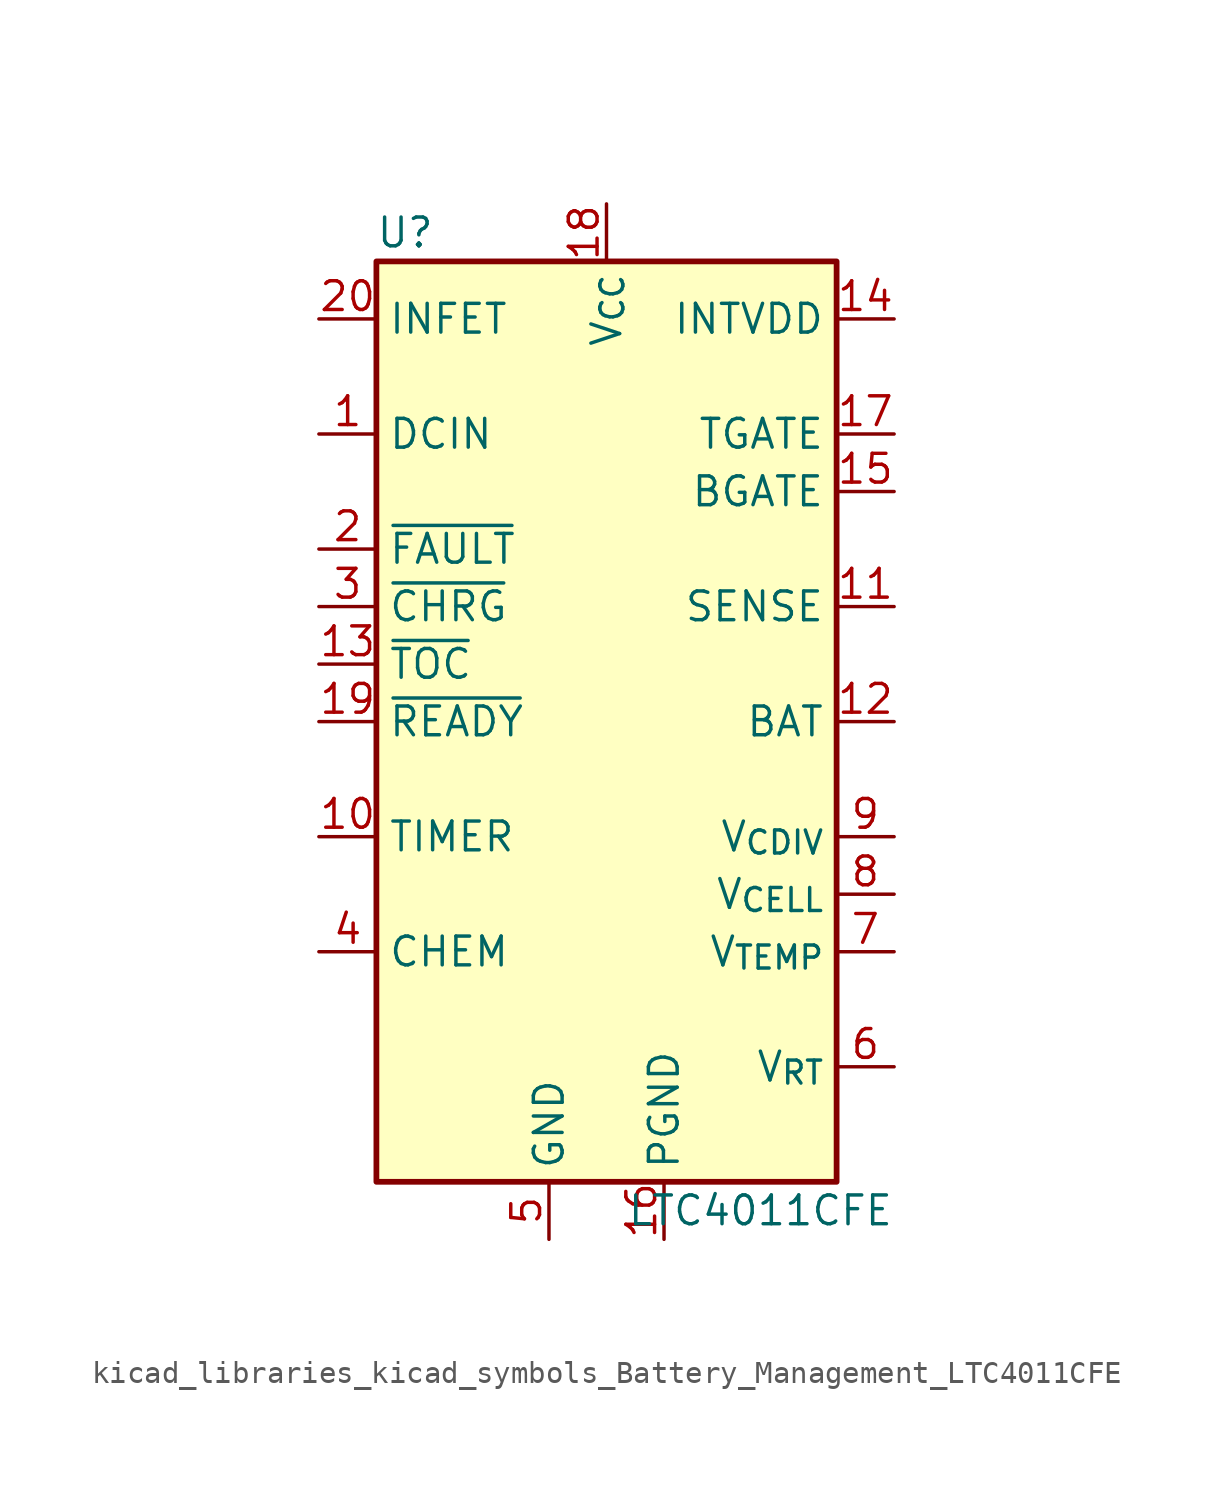
<source format=kicad_sym>
(kicad_symbol_lib
  (version 20220914)
  (generator kicad_symbol_editor)
  (symbol "kicad_libraries_kicad_symbols_Battery_Management_LTC4011CFE"
    (property "Reference" "U"
      (at -8.89 21.59 0)
      (effects (font (size 1.27 1.27))))
    (property "Value" "LTC4011CFE"
      (at 12.7 -21.59 0)
      (effects (font (size 1.27 1.27)) (justify right)))
    (symbol "kicad_libraries_kicad_symbols_Battery_Management_LTC4011CFE_0_1"
      (rectangle (start -10.16 20.32) (end 10.16 -20.32) (stroke (width 0.254) (type default)) (fill (type background))))
    (symbol "kicad_libraries_kicad_symbols_Battery_Management_LTC4011CFE_1_1"
      (pin input line (at -12.7 12.7 0) (length 2.54) (name "DCIN" (effects (font (size 1.27 1.27)))) (number "1" (effects (font (size 1.27 1.27)))))
      (pin passive line (at -12.7 -5.08 0) (length 2.54) (name "TIMER" (effects (font (size 1.27 1.27)))) (number "10" (effects (font (size 1.27 1.27)))))
      (pin input line (at 12.7 5.08 180) (length 2.54) (name "SENSE" (effects (font (size 1.27 1.27)))) (number "11" (effects (font (size 1.27 1.27)))))
      (pin power_out line (at 12.7 0 180) (length 2.54) (name "BAT" (effects (font (size 1.27 1.27)))) (number "12" (effects (font (size 1.27 1.27)))))
      (pin open_collector line (at -12.7 2.54 0) (length 2.54) (name "~{TOC}" (effects (font (size 1.27 1.27)))) (number "13" (effects (font (size 1.27 1.27)))))
      (pin power_out line (at 12.7 17.78 180) (length 2.54) (name "INTVDD" (effects (font (size 1.27 1.27)))) (number "14" (effects (font (size 1.27 1.27)))))
      (pin output line (at 12.7 10.16 180) (length 2.54) (name "BGATE" (effects (font (size 1.27 1.27)))) (number "15" (effects (font (size 1.27 1.27)))))
      (pin power_in line (at 2.54 -22.86 90) (length 2.54) (name "PGND" (effects (font (size 1.27 1.27)))) (number "16" (effects (font (size 1.27 1.27)))))
      (pin output line (at 12.7 12.7 180) (length 2.54) (name "TGATE" (effects (font (size 1.27 1.27)))) (number "17" (effects (font (size 1.27 1.27)))))
      (pin power_in line (at 0 22.86 270) (length 2.54) (name "V_{CC}" (effects (font (size 1.27 1.27)))) (number "18" (effects (font (size 1.27 1.27)))))
      (pin open_collector line (at -12.7 0 0) (length 2.54) (name "~{READY}" (effects (font (size 1.27 1.27)))) (number "19" (effects (font (size 1.27 1.27)))))
      (pin open_collector line (at -12.7 7.62 0) (length 2.54) (name "~{FAULT}" (effects (font (size 1.27 1.27)))) (number "2" (effects (font (size 1.27 1.27)))))
      (pin output line (at -12.7 17.78 0) (length 2.54) (name "INFET" (effects (font (size 1.27 1.27)))) (number "20" (effects (font (size 1.27 1.27)))))
      (pin passive line (at -2.54 -22.86 90) (length 2.54) hide (name "GND" (effects (font (size 1.27 1.27)))) (number "21" (effects (font (size 1.27 1.27)))))
      (pin open_collector line (at -12.7 5.08 0) (length 2.54) (name "~{CHRG}" (effects (font (size 1.27 1.27)))) (number "3" (effects (font (size 1.27 1.27)))))
      (pin passive line (at -12.7 -10.16 0) (length 2.54) (name "CHEM" (effects (font (size 1.27 1.27)))) (number "4" (effects (font (size 1.27 1.27)))))
      (pin power_in line (at -2.54 -22.86 90) (length 2.54) (name "GND" (effects (font (size 1.27 1.27)))) (number "5" (effects (font (size 1.27 1.27)))))
      (pin output line (at 12.7 -15.24 180) (length 2.54) (name "V_{RT}" (effects (font (size 1.27 1.27)))) (number "6" (effects (font (size 1.27 1.27)))))
      (pin input line (at 12.7 -10.16 180) (length 2.54) (name "V_{TEMP}" (effects (font (size 1.27 1.27)))) (number "7" (effects (font (size 1.27 1.27)))))
      (pin input line (at 12.7 -7.62 180) (length 2.54) (name "V_{CELL}" (effects (font (size 1.27 1.27)))) (number "8" (effects (font (size 1.27 1.27)))))
      (pin output line (at 12.7 -5.08 180) (length 2.54) (name "V_{CDIV}" (effects (font (size 1.27 1.27)))) (number "9" (effects (font (size 1.27 1.27))))))))
</source>
